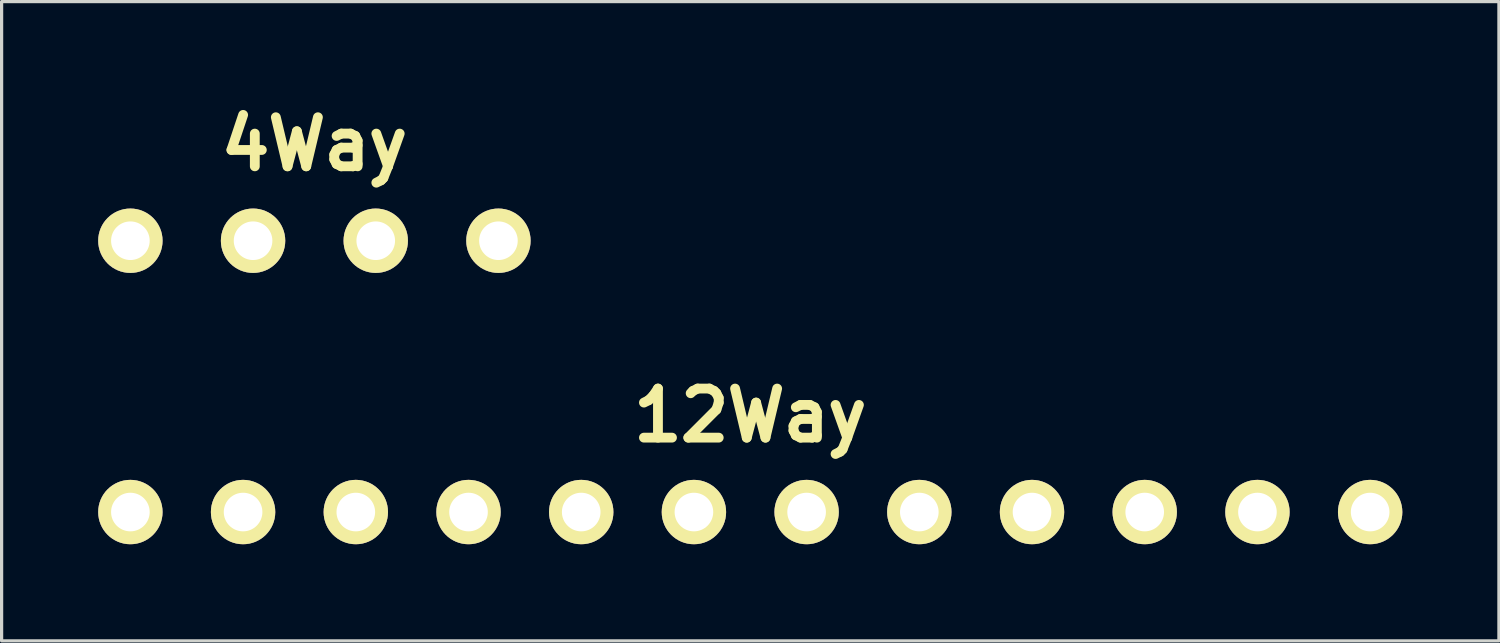
<source format=kicad_pcb>
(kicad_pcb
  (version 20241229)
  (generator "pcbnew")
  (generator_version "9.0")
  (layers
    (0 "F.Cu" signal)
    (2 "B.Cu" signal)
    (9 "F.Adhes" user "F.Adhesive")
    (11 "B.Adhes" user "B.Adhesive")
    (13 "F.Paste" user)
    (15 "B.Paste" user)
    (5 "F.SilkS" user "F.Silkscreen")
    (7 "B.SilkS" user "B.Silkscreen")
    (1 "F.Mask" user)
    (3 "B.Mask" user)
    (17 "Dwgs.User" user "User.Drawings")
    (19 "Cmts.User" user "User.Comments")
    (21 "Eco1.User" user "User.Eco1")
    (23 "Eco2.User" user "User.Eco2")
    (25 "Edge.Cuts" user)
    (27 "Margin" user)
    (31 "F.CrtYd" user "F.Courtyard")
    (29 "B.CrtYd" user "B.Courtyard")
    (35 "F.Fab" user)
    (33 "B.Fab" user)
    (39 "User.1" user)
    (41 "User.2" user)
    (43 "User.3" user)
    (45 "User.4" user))
  (footprint "4Way"
    (layer "F.Cu")
    (at 6.714 4.426)
    (property "Reference" "4Way" (at 0 -3 0) (layer "F.SilkS") (effects (font (size 1.524 1.524) (thickness 0.305))))
    (attr through_hole)
    (pad "1" thru_hole circle (at -5.715 0) (size 1.999 1.999) (drill 1.199) (layers "*.Cu" "*.Mask" "F.SilkS"))
    (pad "2" thru_hole circle (at -1.905 0) (size 1.999 1.999) (drill 1.199) (layers "*.Cu" "*.Mask" "F.SilkS"))
    (pad "3" thru_hole circle (at 1.905 0) (size 1.999 1.999) (drill 1.199) (layers "*.Cu" "*.Mask" "F.SilkS"))
    (pad "4" thru_hole circle (at 5.715 0) (size 1.999 1.999) (drill 1.199) (layers "*.Cu" "*.Mask" "F.SilkS")))
  (footprint "12Way"
    (layer "F.Cu")
    (at 20.25 12.852)
    (property "Reference" "12Way" (at 0 -3 0) (layer "F.SilkS") (effects (font (size 1.524 1.524) (thickness 0.305))))
    (attr through_hole)
    (pad "1" thru_hole circle (at -19.251 0) (size 1.999 1.999) (drill 1.199) (layers "*.Cu" "*.Mask" "F.SilkS"))
    (pad "2" thru_hole circle (at -15.751 0) (size 1.999 1.999) (drill 1.199) (layers "*.Cu" "*.Mask" "F.SilkS"))
    (pad "3" thru_hole circle (at -12.25 0) (size 1.999 1.999) (drill 1.199) (layers "*.Cu" "*.Mask" "F.SilkS"))
    (pad "4" thru_hole circle (at -8.75 0) (size 1.999 1.999) (drill 1.199) (layers "*.Cu" "*.Mask" "F.SilkS"))
    (pad "5" thru_hole circle (at -5.25 0) (size 1.999 1.999) (drill 1.199) (layers "*.Cu" "*.Mask" "F.SilkS"))
    (pad "6" thru_hole circle (at -1.75 0) (size 1.999 1.999) (drill 1.199) (layers "*.Cu" "*.Mask" "F.SilkS"))
    (pad "7" thru_hole circle (at 1.75 0) (size 1.999 1.999) (drill 1.199) (layers "*.Cu" "*.Mask" "F.SilkS"))
    (pad "8" thru_hole circle (at 5.25 0) (size 1.999 1.999) (drill 1.199) (layers "*.Cu" "*.Mask" "F.SilkS"))
    (pad "9" thru_hole circle (at 8.75 0) (size 1.999 1.999) (drill 1.199) (layers "*.Cu" "*.Mask" "F.SilkS"))
    (pad "10" thru_hole circle (at 12.25 0) (size 1.999 1.999) (drill 1.199) (layers "*.Cu" "*.Mask" "F.SilkS"))
    (pad "11" thru_hole circle (at 15.751 0) (size 1.999 1.999) (drill 1.199) (layers "*.Cu" "*.Mask" "F.SilkS"))
    (pad "12" thru_hole circle (at 19.251 0) (size 1.999 1.999) (drill 1.199) (layers "*.Cu" "*.Mask" "F.SilkS")))
  (gr_rect
    (start -3 -3)
    (end 43.5 16.852)
    (stroke (width 0.1) (type default))
    (fill no)
    (layer "Edge.Cuts")))
</source>
